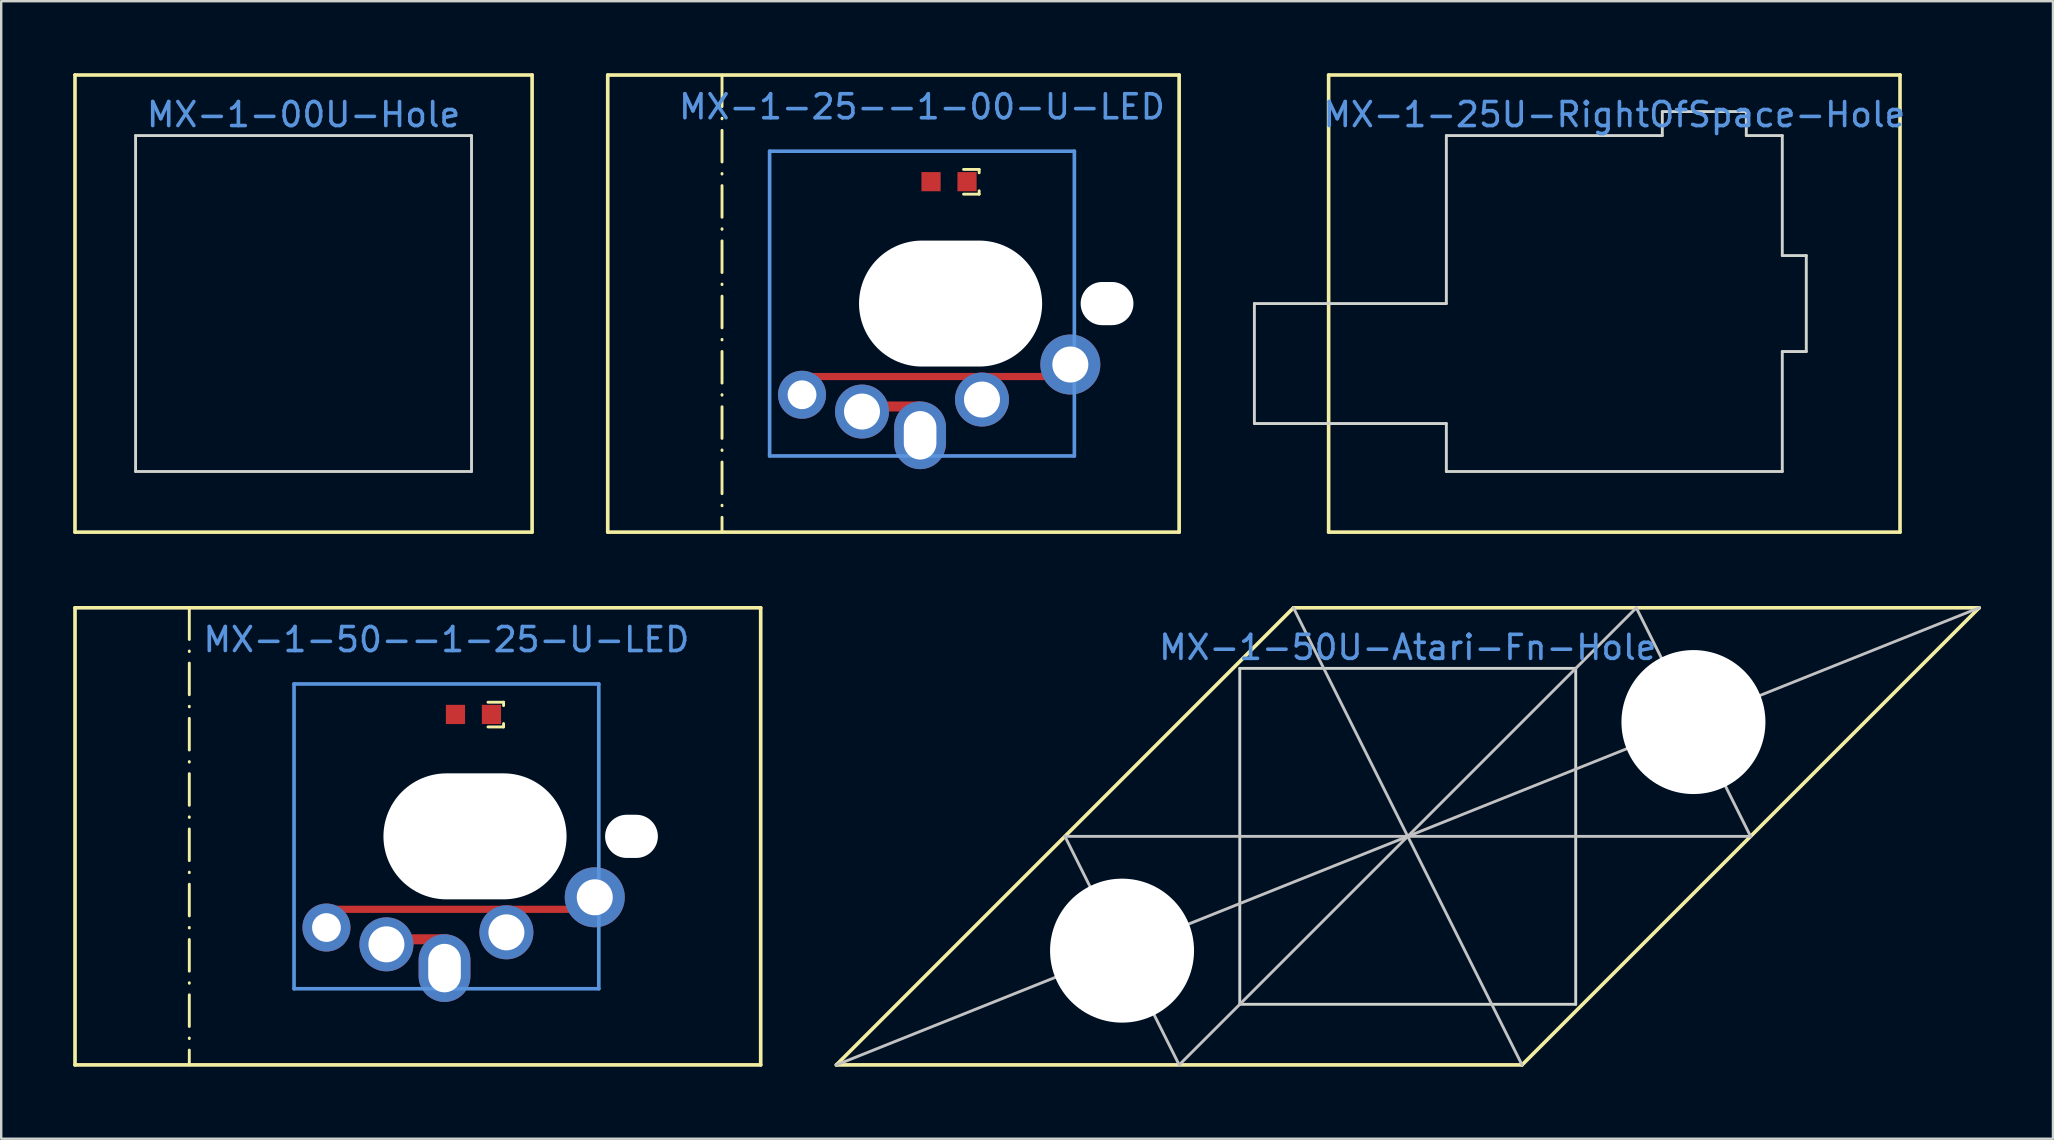
<source format=kicad_pcb>
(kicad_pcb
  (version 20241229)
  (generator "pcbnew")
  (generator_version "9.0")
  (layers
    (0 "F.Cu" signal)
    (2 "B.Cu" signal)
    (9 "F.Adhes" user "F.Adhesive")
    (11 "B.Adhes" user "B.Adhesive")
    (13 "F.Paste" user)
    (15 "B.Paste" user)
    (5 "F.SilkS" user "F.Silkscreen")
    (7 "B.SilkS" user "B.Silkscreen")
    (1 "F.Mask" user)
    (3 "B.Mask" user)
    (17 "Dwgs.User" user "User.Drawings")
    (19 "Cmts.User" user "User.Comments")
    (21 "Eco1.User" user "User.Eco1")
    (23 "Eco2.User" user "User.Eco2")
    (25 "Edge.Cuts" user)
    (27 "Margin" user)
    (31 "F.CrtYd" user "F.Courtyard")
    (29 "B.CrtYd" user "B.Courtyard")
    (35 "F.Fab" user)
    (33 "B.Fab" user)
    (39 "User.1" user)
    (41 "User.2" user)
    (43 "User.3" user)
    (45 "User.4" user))
  (footprint "MX-1-00U-Hole"
    (layer "F.Cu")
    (at 9.6 9.6)
    (property "Reference" "MX-1-00U-Hole" (at 0 -7.874 0) (layer "Cmts.User") (effects (font (size 1 1) (thickness 0.15))))
    (attr through_hole)
    (fp_line (start -9.525 -9.525) (end 9.525 -9.525) (stroke (width 0.15) (type solid)) (layer "F.SilkS"))
    (fp_line (start -9.525 9.525) (end -9.525 -9.525) (stroke (width 0.15) (type solid)) (layer "F.SilkS"))
    (fp_line (start 9.525 -9.525) (end 9.525 9.525) (stroke (width 0.15) (type solid)) (layer "F.SilkS"))
    (fp_line (start 9.525 9.525) (end -9.525 9.525) (stroke (width 0.15) (type solid)) (layer "F.SilkS"))
    (fp_line (start -7 -7) (end -7 7) (stroke (width 0.12) (type solid)) (layer "Edge.Cuts"))
    (fp_line (start -7 -7) (end 7 -7) (stroke (width 0.12) (type solid)) (layer "Edge.Cuts"))
    (fp_line (start -7 7) (end 7 7) (stroke (width 0.12) (type solid)) (layer "Edge.Cuts"))
    (fp_line (start 7 -7) (end 7 7) (stroke (width 0.12) (type solid)) (layer "Edge.Cuts")))
  (footprint "MX-1-25--1-00-U-LED"
    (layer "F.Cu")
    (at 36.564 4.521)
    (property "Reference" "MX-1-25--1-00-U-LED" (at -1.191 -3.12 0) (layer "Cmts.User") (effects (font (size 1 1) (thickness 0.15))))
    (fp_line (start -14.287 -4.445) (end 9.525 -4.445) (stroke (width 0.152) (type solid)) (layer "F.SilkS"))
    (fp_line (start -14.287 14.605) (end -14.287 -4.445) (stroke (width 0.152) (type solid)) (layer "F.SilkS"))
    (fp_line (start -9.525 -4.445) (end -9.525 14.605) (stroke (width 0.12) (type dash_dot)) (layer "F.SilkS"))
    (fp_line (start 0.541 -0.51) (end 1.191 -0.51) (stroke (width 0.12) (type solid)) (layer "F.SilkS"))
    (fp_line (start 0.541 0.52) (end 1.191 0.52) (stroke (width 0.12) (type solid)) (layer "F.SilkS"))
    (fp_line (start 1.191 -0.51) (end 1.191 -0.37) (stroke (width 0.12) (type solid)) (layer "F.SilkS"))
    (fp_line (start 1.191 0.52) (end 1.191 0.38) (stroke (width 0.12) (type solid)) (layer "F.SilkS"))
    (fp_line (start 9.525 -4.445) (end 9.525 14.605) (stroke (width 0.152) (type solid)) (layer "F.SilkS"))
    (fp_line (start 9.525 14.605) (end -14.287 14.605) (stroke (width 0.152) (type solid)) (layer "F.SilkS"))
    (fp_line (start -7.541 -1.27) (end 5.159 -1.27) (stroke (width 0.152) (type solid)) (layer "Cmts.User"))
    (fp_line (start -7.541 11.43) (end -7.541 -1.27) (stroke (width 0.152) (type solid)) (layer "Cmts.User"))
    (fp_line (start 5.159 -1.27) (end 5.159 11.43) (stroke (width 0.152) (type solid)) (layer "Cmts.User"))
    (fp_line (start 5.159 11.43) (end -7.541 11.43) (stroke (width 0.152) (type solid)) (layer "Cmts.User"))
    (pad "" np_thru_hole oval (at 0 5.08 180) (size 7.631 5.25) (drill oval 7.631 5.25) (layers "*.Cu" "*.Mask"))
    (pad "" np_thru_hole oval (at 6.521 5.08 270) (size 1.8 2.2) (drill oval 1.8 2.2) (layers "*.Cu" "*.Mask"))
    (pad "1" thru_hole circle (at -6.191 8.88 270) (size 2 2) (drill 1.2) (layers "*.Cu" "*.Mask"))
    (pad "1" smd rect (at -0.88 8.12) (size 10.3 0.3) (layers "F.Cu" "F.Mask" "F.Paste"))
    (pad "1" thru_hole circle (at 1.309 9.08 90) (size 2.25 2.25) (drill 1.5) (layers "*.Cu" "*.Mask"))
    (pad "1" thru_hole circle (at 4.991 7.62 90) (size 2.5 2.5) (drill 1.5) (layers "*.Cu" "*.Mask"))
    (pad "2" thru_hole circle (at -3.691 9.58 90) (size 2.25 2.25) (drill 1.5) (layers "*.Cu" "*.Mask"))
    (pad "2" smd rect (at -2.095 9.369) (size 1.65 0.418) (layers "F.Cu" "F.Mask" "F.Paste"))
    (pad "2" thru_hole oval (at -1.27 10.57) (size 2.159 2.82) (drill oval 1.359 2.02) (layers "*.Cu" "*.Mask"))
    (pad "3" smd rect (at 0.686 0 90) (size 0.8 0.8) (layers "F.Cu" "F.Mask" "F.Paste"))
    (pad "4" smd rect (at -0.814 0 90) (size 0.8 0.8) (layers "F.Cu" "F.Mask" "F.Paste")))
  (footprint "MX-1-50U-Atari-Fn-Hole"
    (layer "F.Cu")
    (at 55.616 31.804)
    (property "Reference" "MX-1-50U-Atari-Fn-Hole" (at 0 -7.874 0) (layer "Cmts.User") (effects (font (size 1 1) (thickness 0.15))))
    (attr through_hole)
    (fp_line (start -23.812 9.525) (end -4.763 -9.525) (stroke (width 0.152) (type solid)) (layer "F.SilkS"))
    (fp_line (start -4.763 -9.525) (end 23.812 -9.525) (stroke (width 0.152) (type solid)) (layer "F.SilkS"))
    (fp_line (start 4.763 9.525) (end -23.812 9.525) (stroke (width 0.152) (type solid)) (layer "F.SilkS"))
    (fp_line (start 23.812 -9.525) (end 4.763 9.525) (stroke (width 0.152) (type solid)) (layer "F.SilkS"))
    (fp_line (start -23.812 9.525) (end 23.812 -9.525) (stroke (width 0.12) (type solid)) (layer "Dwgs.User"))
    (fp_line (start -14.287 0) (end 14.287 0) (stroke (width 0.12) (type solid)) (layer "Dwgs.User"))
    (fp_line (start -9.525 9.525) (end -14.287 0) (stroke (width 0.12) (type solid)) (layer "Dwgs.User"))
    (fp_line (start -9.525 9.525) (end 9.525 -9.525) (stroke (width 0.12) (type solid)) (layer "Dwgs.User"))
    (fp_line (start 4.763 9.525) (end -4.763 -9.525) (stroke (width 0.12) (type solid)) (layer "Dwgs.User"))
    (fp_line (start 14.287 0) (end 9.525 -9.525) (stroke (width 0.12) (type solid)) (layer "Dwgs.User"))
    (fp_line (start -7 -7) (end -7 7) (stroke (width 0.12) (type solid)) (layer "Edge.Cuts"))
    (fp_line (start -7 -7) (end 7 -7) (stroke (width 0.12) (type solid)) (layer "Edge.Cuts"))
    (fp_line (start -7 7) (end 7 7) (stroke (width 0.12) (type solid)) (layer "Edge.Cuts"))
    (fp_line (start 7 -7) (end 7 7) (stroke (width 0.12) (type solid)) (layer "Edge.Cuts"))
    (pad "" np_thru_hole circle (at -11.906 4.763) (size 6 6) (drill 6) (layers "*.Cu" "*.Mask"))
    (pad "" np_thru_hole circle (at 11.906 -4.763) (size 6 6) (drill 6) (layers "*.Cu" "*.Mask")))
  (footprint "MX-1-25U-RightOfSpace-Hole"
    (layer "F.Cu")
    (at 64.225 9.6)
    (property "Reference" "MX-1-25U-RightOfSpace-Hole" (at 0 -7.874 0) (layer "Cmts.User") (effects (font (size 1 1) (thickness 0.15))))
    (attr through_hole)
    (fp_line (start -11.906 -9.525) (end 11.906 -9.525) (stroke (width 0.15) (type solid)) (layer "F.SilkS"))
    (fp_line (start -11.906 9.525) (end -11.906 -9.525) (stroke (width 0.15) (type solid)) (layer "F.SilkS"))
    (fp_line (start 11.906 -9.525) (end 11.906 9.525) (stroke (width 0.15) (type solid)) (layer "F.SilkS"))
    (fp_line (start 11.906 9.525) (end -11.906 9.525) (stroke (width 0.15) (type solid)) (layer "F.SilkS"))
    (fp_line (start -15 0) (end -15 5) (stroke (width 0.12) (type solid)) (layer "Edge.Cuts"))
    (fp_line (start -15 5) (end -7 5) (stroke (width 0.12) (type solid)) (layer "Edge.Cuts"))
    (fp_line (start -7 -7) (end -7 0) (stroke (width 0.12) (type solid)) (layer "Edge.Cuts"))
    (fp_line (start -7 0) (end -15 0) (stroke (width 0.12) (type solid)) (layer "Edge.Cuts"))
    (fp_line (start -7 5) (end -7 7) (stroke (width 0.12) (type solid)) (layer "Edge.Cuts"))
    (fp_line (start 2 -8) (end 2 -7) (stroke (width 0.12) (type solid)) (layer "Edge.Cuts"))
    (fp_line (start 2 -7) (end -7 -7) (stroke (width 0.12) (type solid)) (layer "Edge.Cuts"))
    (fp_line (start 5.5 -8) (end 2 -8) (stroke (width 0.12) (type solid)) (layer "Edge.Cuts"))
    (fp_line (start 5.5 -8) (end 5.5 -7) (stroke (width 0.12) (type solid)) (layer "Edge.Cuts"))
    (fp_line (start 7 -7) (end 5.5 -7) (stroke (width 0.12) (type solid)) (layer "Edge.Cuts"))
    (fp_line (start 7 -7) (end 7 -2) (stroke (width 0.12) (type solid)) (layer "Edge.Cuts"))
    (fp_line (start 7 -2) (end 8 -2) (stroke (width 0.12) (type solid)) (layer "Edge.Cuts"))
    (fp_line (start 7 2) (end 7 7) (stroke (width 0.12) (type solid)) (layer "Edge.Cuts"))
    (fp_line (start 7 2) (end 8 2) (stroke (width 0.12) (type solid)) (layer "Edge.Cuts"))
    (fp_line (start 7 7) (end -7 7) (stroke (width 0.12) (type solid)) (layer "Edge.Cuts"))
    (fp_line (start 8 -2) (end 8 2) (stroke (width 0.12) (type solid)) (layer "Edge.Cuts")))
  (footprint "MX-1-50--1-25-U-LED"
    (layer "F.Cu")
    (at 16.745 26.724)
    (property "Reference" "MX-1-50--1-25-U-LED" (at -1.191 -3.12 0) (layer "Cmts.User") (effects (font (size 1 1) (thickness 0.15))))
    (fp_line (start -16.669 -4.445) (end 11.906 -4.445) (stroke (width 0.152) (type solid)) (layer "F.SilkS"))
    (fp_line (start -16.669 14.605) (end -16.669 -4.445) (stroke (width 0.152) (type solid)) (layer "F.SilkS"))
    (fp_line (start -11.906 -4.445) (end -11.906 14.605) (stroke (width 0.12) (type dash_dot)) (layer "F.SilkS"))
    (fp_line (start 0.541 -0.51) (end 1.191 -0.51) (stroke (width 0.12) (type solid)) (layer "F.SilkS"))
    (fp_line (start 0.541 0.52) (end 1.191 0.52) (stroke (width 0.12) (type solid)) (layer "F.SilkS"))
    (fp_line (start 1.191 -0.51) (end 1.191 -0.37) (stroke (width 0.12) (type solid)) (layer "F.SilkS"))
    (fp_line (start 1.191 0.52) (end 1.191 0.38) (stroke (width 0.12) (type solid)) (layer "F.SilkS"))
    (fp_line (start 11.906 -4.445) (end 11.906 14.605) (stroke (width 0.152) (type solid)) (layer "F.SilkS"))
    (fp_line (start 11.906 14.605) (end -16.669 14.605) (stroke (width 0.152) (type solid)) (layer "F.SilkS"))
    (fp_line (start -7.541 -1.27) (end 5.159 -1.27) (stroke (width 0.152) (type solid)) (layer "Cmts.User"))
    (fp_line (start -7.541 11.43) (end -7.541 -1.27) (stroke (width 0.152) (type solid)) (layer "Cmts.User"))
    (fp_line (start 5.159 -1.27) (end 5.159 11.43) (stroke (width 0.152) (type solid)) (layer "Cmts.User"))
    (fp_line (start 5.159 11.43) (end -7.541 11.43) (stroke (width 0.152) (type solid)) (layer "Cmts.User"))
    (pad "" np_thru_hole oval (at 0 5.08 180) (size 7.631 5.25) (drill oval 7.631 5.25) (layers "*.Cu" "*.Mask"))
    (pad "" np_thru_hole oval (at 6.521 5.08 270) (size 1.8 2.2) (drill oval 1.8 2.2) (layers "*.Cu" "*.Mask"))
    (pad "1" thru_hole circle (at -6.191 8.88 270) (size 2 2) (drill 1.2) (layers "*.Cu" "*.Mask"))
    (pad "1" smd rect (at -0.88 8.12) (size 10.3 0.3) (layers "F.Cu" "F.Mask" "F.Paste"))
    (pad "1" thru_hole circle (at 1.309 9.08 90) (size 2.25 2.25) (drill 1.5) (layers "*.Cu" "*.Mask"))
    (pad "1" thru_hole circle (at 4.991 7.62 90) (size 2.5 2.5) (drill 1.5) (layers "*.Cu" "*.Mask"))
    (pad "2" thru_hole circle (at -3.691 9.58 90) (size 2.25 2.25) (drill 1.5) (layers "*.Cu" "*.Mask"))
    (pad "2" smd rect (at -2.095 9.369) (size 1.65 0.418) (layers "F.Cu" "F.Mask" "F.Paste"))
    (pad "2" thru_hole oval (at -1.27 10.57) (size 2.159 2.82) (drill oval 1.359 2.02) (layers "*.Cu" "*.Mask"))
    (pad "3" smd rect (at 0.686 0 90) (size 0.8 0.8) (layers "F.Cu" "F.Mask" "F.Paste"))
    (pad "4" smd rect (at -0.814 0 90) (size 0.8 0.8) (layers "F.Cu" "F.Mask" "F.Paste")))
  (gr_rect
    (start -3 -3)
    (end 82.505 44.405)
    (stroke (width 0.1) (type default))
    (fill no)
    (layer "Edge.Cuts")))
</source>
